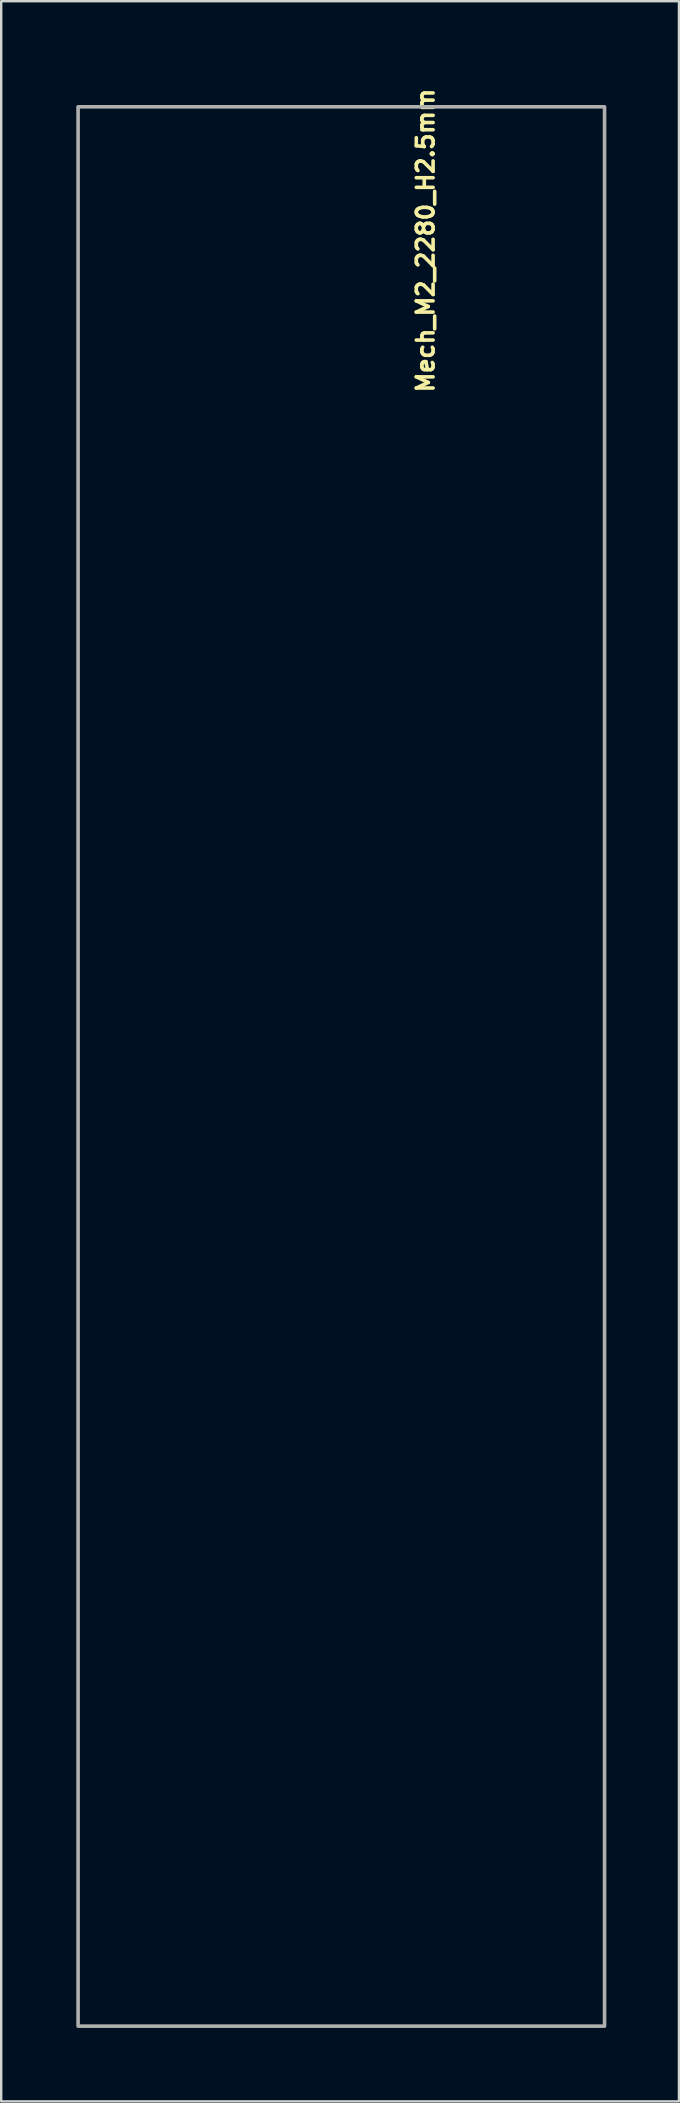
<source format=kicad_pcb>
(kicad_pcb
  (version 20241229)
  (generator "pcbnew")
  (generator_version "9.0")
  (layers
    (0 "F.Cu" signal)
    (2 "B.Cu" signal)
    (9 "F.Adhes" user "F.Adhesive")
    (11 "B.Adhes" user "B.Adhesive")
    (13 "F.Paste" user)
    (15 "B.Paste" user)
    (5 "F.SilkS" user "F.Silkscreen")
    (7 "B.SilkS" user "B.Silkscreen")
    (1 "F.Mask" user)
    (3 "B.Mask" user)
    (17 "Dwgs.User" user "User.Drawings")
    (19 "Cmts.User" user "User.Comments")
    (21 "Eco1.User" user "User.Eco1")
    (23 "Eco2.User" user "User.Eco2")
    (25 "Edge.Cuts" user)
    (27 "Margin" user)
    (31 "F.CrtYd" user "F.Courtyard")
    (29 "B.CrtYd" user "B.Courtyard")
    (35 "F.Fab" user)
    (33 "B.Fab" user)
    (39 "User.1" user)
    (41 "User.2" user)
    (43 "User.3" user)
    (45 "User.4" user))
  (footprint "Mech_M2_2280_H2.5mm"
    (layer "F.Cu")
    (at 11.127 1.35)
    (property "Reference" "Mech_M2_2280_H2.5mm" (at 3.97 -0.79 90) (layer "F.SilkS") (effects (font (size 0.7 0.7) (thickness 0.15)) (justify right bottom)))
    (attr exclude_from_pos_files exclude_from_bom dnp)
    (fp_line (start -11 0) (end 10.999 0) (stroke (width 0.2) (type solid)) (layer "Eco1.User"))
    (fp_line (start -11 80.001) (end -11 0) (stroke (width 0.2) (type solid)) (layer "Eco1.User"))
    (fp_line (start 10.999 0) (end 10.999 80.001) (stroke (width 0.2) (type solid)) (layer "Eco1.User"))
    (fp_line (start 10.999 80.001) (end -11 80.001) (stroke (width 0.2) (type solid)) (layer "Eco1.User"))
    (fp_circle (center 0 0) (end -1.25 0) (stroke (width 0.2) (type solid)) (fill no) (layer "Eco1.User"))
    (fp_rect (start 11.024 80.061) (end -10.922 0.051) (stroke (width 0.15) (type solid)) (fill no) (layer "F.Fab"))
    (fp_rect (start 11.076 80.15) (end -11.077 0) (stroke (width 0.1) (type solid)) (fill no) (layer "User.5"))
    (fp_rect (start 11.076 80.15) (end -11.077 0) (stroke (width 0.1) (type solid)) (fill no) (layer "User.5"))
    (fp_line (start -11.077 0) (end -1.9 0) (stroke (width 0.02) (type solid)) (layer "User.9"))
    (fp_line (start -11.077 6.296) (end -11.077 0) (stroke (width 0.02) (type solid)) (layer "User.9"))
    (fp_line (start -11.077 14.297) (end -10.705 13.781) (stroke (width 0.02) (type solid)) (layer "User.9"))
    (fp_line (start -11.077 67.087) (end -11.077 14.297) (stroke (width 0.02) (type solid)) (layer "User.9"))
    (fp_line (start -11.077 67.087) (end -10.705 67.531) (stroke (width 0.02) (type solid)) (layer "User.9"))
    (fp_line (start -11.077 74.41) (end -10.705 73.938) (stroke (width 0.02) (type solid)) (layer "User.9"))
    (fp_line (start -11.077 76.063) (end -11.077 74.41) (stroke (width 0.02) (type solid)) (layer "User.9"))
    (fp_line (start -11.077 76.063) (end -10.269 76.078) (stroke (width 0.02) (type solid)) (layer "User.9"))
    (fp_line (start -10.705 6.78) (end -11.077 6.296) (stroke (width 0.02) (type solid)) (layer "User.9"))
    (fp_line (start -10.705 13.781) (end -10.705 6.78) (stroke (width 0.02) (type solid)) (layer "User.9"))
    (fp_line (start -10.705 73.938) (end -10.705 67.531) (stroke (width 0.02) (type solid)) (layer "User.9"))
    (fp_line (start -10.276 29.629) (end -10.276 30.2) (stroke (width 0.02) (type solid)) (layer "User.9"))
    (fp_line (start -10.276 30.2) (end -9.632 30.2) (stroke (width 0.02) (type solid)) (layer "User.9"))
    (fp_line (start -10.269 76.078) (end -10.148 76.129) (stroke (width 0.02) (type solid)) (layer "User.9"))
    (fp_line (start -10.257 21.38) (end -10.257 21.931) (stroke (width 0.02) (type solid)) (layer "User.9"))
    (fp_line (start -10.257 21.931) (end -9.789 21.931) (stroke (width 0.02) (type solid)) (layer "User.9"))
    (fp_line (start -10.216 38.534) (end -9.741 38.534) (stroke (width 0.02) (type solid)) (layer "User.9"))
    (fp_line (start -10.216 38.963) (end -10.216 38.534) (stroke (width 0.02) (type solid)) (layer "User.9"))
    (fp_line (start -10.212 1.173) (end -10.224 1.273) (stroke (width 0.02) (type solid)) (layer "User.9"))
    (fp_line (start -10.212 23.658) (end -10.212 24.207) (stroke (width 0.02) (type solid)) (layer "User.9"))
    (fp_line (start -10.212 24.207) (end -9.744 24.207) (stroke (width 0.02) (type solid)) (layer "User.9"))
    (fp_line (start -10.186 1.112) (end -10.212 1.173) (stroke (width 0.02) (type solid)) (layer "User.9"))
    (fp_line (start -10.186 1.368) (end -10.224 1.274) (stroke (width 0.02) (type solid)) (layer "User.9"))
    (fp_line (start -10.183 36.656) (end -9.792 36.656) (stroke (width 0.02) (type solid)) (layer "User.9"))
    (fp_line (start -10.183 37.173) (end -10.183 36.656) (stroke (width 0.02) (type solid)) (layer "User.9"))
    (fp_line (start -10.148 76.129) (end -10.045 76.209) (stroke (width 0.02) (type solid)) (layer "User.9"))
    (fp_line (start -10.144 1.06) (end -10.186 1.112) (stroke (width 0.02) (type solid)) (layer "User.9"))
    (fp_line (start -10.144 1.06) (end -10.091 1.017) (stroke (width 0.02) (type solid)) (layer "User.9"))
    (fp_line (start -10.144 1.423) (end -10.186 1.368) (stroke (width 0.02) (type solid)) (layer "User.9"))
    (fp_line (start -10.093 74.435) (end -10.067 74.227) (stroke (width 0.02) (type solid)) (layer "User.9"))
    (fp_line (start -10.091 1.017) (end -10.029 0.992) (stroke (width 0.02) (type solid)) (layer "User.9"))
    (fp_line (start -10.091 1.463) (end -10.144 1.423) (stroke (width 0.02) (type solid)) (layer "User.9"))
    (fp_line (start -10.067 74.641) (end -10.093 74.435) (stroke (width 0.02) (type solid)) (layer "User.9"))
    (fp_line (start -10.045 76.209) (end -9.965 76.313) (stroke (width 0.02) (type solid)) (layer "User.9"))
    (fp_line (start -10.042 60.015) (end -10.042 60.676) (stroke (width 0.02) (type solid)) (layer "User.9"))
    (fp_line (start -10.042 60.015) (end -8.862 60.015) (stroke (width 0.02) (type solid)) (layer "User.9"))
    (fp_line (start -10.029 0.992) (end -9.962 0.983) (stroke (width 0.02) (type solid)) (layer "User.9"))
    (fp_line (start -10.029 1.489) (end -10.091 1.463) (stroke (width 0.02) (type solid)) (layer "User.9"))
    (fp_line (start -10.029 1.489) (end -9.962 1.499) (stroke (width 0.02) (type solid)) (layer "User.9"))
    (fp_line (start -10.013 34.887) (end -9.317 34.887) (stroke (width 0.02) (type solid)) (layer "User.9"))
    (fp_line (start -10.013 35.938) (end -10.013 34.887) (stroke (width 0.02) (type solid)) (layer "User.9"))
    (fp_line (start -9.987 74.035) (end -10.067 74.227) (stroke (width 0.02) (type solid)) (layer "User.9"))
    (fp_line (start -9.987 74.834) (end -10.067 74.641) (stroke (width 0.02) (type solid)) (layer "User.9"))
    (fp_line (start -9.971 68.231) (end -9.971 67.682) (stroke (width 0.02) (type solid)) (layer "User.9"))
    (fp_line (start -9.971 68.231) (end -9.503 68.231) (stroke (width 0.02) (type solid)) (layer "User.9"))
    (fp_line (start -9.965 76.313) (end -9.915 76.433) (stroke (width 0.02) (type solid)) (layer "User.9"))
    (fp_line (start -9.962 1.499) (end -9.897 1.489) (stroke (width 0.02) (type solid)) (layer "User.9"))
    (fp_line (start -9.952 9.967) (end -9.952 10.518) (stroke (width 0.02) (type solid)) (layer "User.9"))
    (fp_line (start -9.952 10.518) (end -9.484 10.518) (stroke (width 0.02) (type solid)) (layer "User.9"))
    (fp_line (start -9.915 76.433) (end -9.898 76.563) (stroke (width 0.02) (type solid)) (layer "User.9"))
    (fp_line (start -9.898 80.15) (end -9.898 76.563) (stroke (width 0.02) (type solid)) (layer "User.9"))
    (fp_line (start -9.897 0.992) (end -9.962 0.983) (stroke (width 0.02) (type solid)) (layer "User.9"))
    (fp_line (start -9.862 7.7) (end -9.862 8.249) (stroke (width 0.02) (type solid)) (layer "User.9"))
    (fp_line (start -9.862 8.249) (end -9.394 8.249) (stroke (width 0.02) (type solid)) (layer "User.9"))
    (fp_line (start -9.859 61.728) (end -9.859 62.197) (stroke (width 0.02) (type solid)) (layer "User.9"))
    (fp_line (start -9.859 61.728) (end -9.311 61.728) (stroke (width 0.02) (type solid)) (layer "User.9"))
    (fp_line (start -9.859 62.197) (end -9.311 62.197) (stroke (width 0.02) (type solid)) (layer "User.9"))
    (fp_line (start -9.859 73.87) (end -9.987 74.035) (stroke (width 0.02) (type solid)) (layer "User.9"))
    (fp_line (start -9.859 75.001) (end -9.987 74.834) (stroke (width 0.02) (type solid)) (layer "User.9"))
    (fp_line (start -9.859 75.001) (end -9.695 75.126) (stroke (width 0.02) (type solid)) (layer "User.9"))
    (fp_line (start -9.849 72.23) (end -9.849 70.453) (stroke (width 0.02) (type solid)) (layer "User.9"))
    (fp_line (start -9.849 72.23) (end -8.527 72.23) (stroke (width 0.02) (type solid)) (layer "User.9"))
    (fp_line (start -9.833 1.017) (end -9.897 0.992) (stroke (width 0.02) (type solid)) (layer "User.9"))
    (fp_line (start -9.833 1.463) (end -9.897 1.489) (stroke (width 0.02) (type solid)) (layer "User.9"))
    (fp_line (start -9.833 1.463) (end -9.779 1.423) (stroke (width 0.02) (type solid)) (layer "User.9"))
    (fp_line (start -9.792 36.656) (end -9.792 37.173) (stroke (width 0.02) (type solid)) (layer "User.9"))
    (fp_line (start -9.792 37.173) (end -10.183 37.173) (stroke (width 0.02) (type solid)) (layer "User.9"))
    (fp_line (start -9.789 21.38) (end -10.257 21.38) (stroke (width 0.02) (type solid)) (layer "User.9"))
    (fp_line (start -9.789 21.38) (end -9.789 21.931) (stroke (width 0.02) (type solid)) (layer "User.9"))
    (fp_line (start -9.779 1.06) (end -9.833 1.017) (stroke (width 0.02) (type solid)) (layer "User.9"))
    (fp_line (start -9.779 1.06) (end -9.74 1.112) (stroke (width 0.02) (type solid)) (layer "User.9"))
    (fp_line (start -9.744 23.658) (end -10.212 23.658) (stroke (width 0.02) (type solid)) (layer "User.9"))
    (fp_line (start -9.744 23.658) (end -9.744 24.207) (stroke (width 0.02) (type solid)) (layer "User.9"))
    (fp_line (start -9.741 38.534) (end -9.741 38.963) (stroke (width 0.02) (type solid)) (layer "User.9"))
    (fp_line (start -9.741 38.963) (end -10.216 38.963) (stroke (width 0.02) (type solid)) (layer "User.9"))
    (fp_line (start -9.74 1.112) (end -9.715 1.173) (stroke (width 0.02) (type solid)) (layer "User.9"))
    (fp_line (start -9.74 1.368) (end -9.779 1.423) (stroke (width 0.02) (type solid)) (layer "User.9"))
    (fp_line (start -9.715 1.173) (end -9.705 1.241) (stroke (width 0.02) (type solid)) (layer "User.9"))
    (fp_line (start -9.715 1.308) (end -9.74 1.368) (stroke (width 0.02) (type solid)) (layer "User.9"))
    (fp_line (start -9.715 1.308) (end -9.705 1.241) (stroke (width 0.02) (type solid)) (layer "User.9"))
    (fp_line (start -9.695 73.742) (end -9.859 73.87) (stroke (width 0.02) (type solid)) (layer "User.9"))
    (fp_line (start -9.695 75.126) (end -9.5 75.206) (stroke (width 0.02) (type solid)) (layer "User.9"))
    (fp_line (start -9.632 29.629) (end -10.276 29.629) (stroke (width 0.02) (type solid)) (layer "User.9"))
    (fp_line (start -9.632 30.2) (end -9.632 29.629) (stroke (width 0.02) (type solid)) (layer "User.9"))
    (fp_line (start -9.503 67.682) (end -9.971 67.682) (stroke (width 0.02) (type solid)) (layer "User.9"))
    (fp_line (start -9.503 68.231) (end -9.503 67.682) (stroke (width 0.02) (type solid)) (layer "User.9"))
    (fp_line (start -9.5 73.662) (end -9.695 73.742) (stroke (width 0.02) (type solid)) (layer "User.9"))
    (fp_line (start -9.5 73.662) (end -9.295 73.635) (stroke (width 0.02) (type solid)) (layer "User.9"))
    (fp_line (start -9.5 75.206) (end -9.295 75.233) (stroke (width 0.02) (type solid)) (layer "User.9"))
    (fp_line (start -9.484 9.967) (end -9.952 9.967) (stroke (width 0.02) (type solid)) (layer "User.9"))
    (fp_line (start -9.484 9.967) (end -9.484 10.518) (stroke (width 0.02) (type solid)) (layer "User.9"))
    (fp_line (start -9.463 40.706) (end -9.463 54.484) (stroke (width 0.02) (type solid)) (layer "User.9"))
    (fp_line (start -9.463 54.484) (end 0.934 54.484) (stroke (width 0.02) (type solid)) (layer "User.9"))
    (fp_line (start -9.394 7.7) (end -9.862 7.7) (stroke (width 0.02) (type solid)) (layer "User.9"))
    (fp_line (start -9.394 7.7) (end -9.394 8.249) (stroke (width 0.02) (type solid)) (layer "User.9"))
    (fp_line (start -9.33 39.005) (end -9.33 37.005) (stroke (width 0.02) (type solid)) (layer "User.9"))
    (fp_line (start -9.317 34.887) (end -9.317 35.938) (stroke (width 0.02) (type solid)) (layer "User.9"))
    (fp_line (start -9.317 35.938) (end -10.013 35.938) (stroke (width 0.02) (type solid)) (layer "User.9"))
    (fp_line (start -9.311 61.728) (end -9.311 62.197) (stroke (width 0.02) (type solid)) (layer "User.9"))
    (fp_line (start -9.295 75.233) (end -9.087 75.206) (stroke (width 0.02) (type solid)) (layer "User.9"))
    (fp_line (start -9.221 1.241) (end -9.212 1.173) (stroke (width 0.02) (type solid)) (layer "User.9"))
    (fp_line (start -9.221 1.241) (end -9.212 1.308) (stroke (width 0.02) (type solid)) (layer "User.9"))
    (fp_line (start -9.212 1.173) (end -9.186 1.112) (stroke (width 0.02) (type solid)) (layer "User.9"))
    (fp_line (start -9.212 1.308) (end -9.186 1.368) (stroke (width 0.02) (type solid)) (layer "User.9"))
    (fp_line (start -9.186 1.368) (end -9.144 1.423) (stroke (width 0.02) (type solid)) (layer "User.9"))
    (fp_line (start -9.144 1.06) (end -9.186 1.112) (stroke (width 0.02) (type solid)) (layer "User.9"))
    (fp_line (start -9.144 1.423) (end -9.09 1.463) (stroke (width 0.02) (type solid)) (layer "User.9"))
    (fp_line (start -9.1 4.184) (end -9.1 18.385) (stroke (width 0.02) (type solid)) (layer "User.9"))
    (fp_line (start -9.1 18.385) (end 9.102 18.385) (stroke (width 0.02) (type solid)) (layer "User.9"))
    (fp_line (start -9.1 19.585) (end -9.1 33.783) (stroke (width 0.02) (type solid)) (layer "User.9"))
    (fp_line (start -9.1 33.783) (end 9.102 33.783) (stroke (width 0.02) (type solid)) (layer "User.9"))
    (fp_line (start -9.09 1.017) (end -9.144 1.06) (stroke (width 0.02) (type solid)) (layer "User.9"))
    (fp_line (start -9.09 1.463) (end -9.029 1.489) (stroke (width 0.02) (type solid)) (layer "User.9"))
    (fp_line (start -9.087 73.662) (end -9.295 73.635) (stroke (width 0.02) (type solid)) (layer "User.9"))
    (fp_line (start -9.087 75.206) (end -8.894 75.126) (stroke (width 0.02) (type solid)) (layer "User.9"))
    (fp_line (start -9.029 0.992) (end -9.09 1.017) (stroke (width 0.02) (type solid)) (layer "User.9"))
    (fp_line (start -9.029 0.992) (end -8.962 0.983) (stroke (width 0.02) (type solid)) (layer "User.9"))
    (fp_line (start -9.029 1.489) (end -8.962 1.499) (stroke (width 0.02) (type solid)) (layer "User.9"))
    (fp_line (start -8.962 1.499) (end -8.897 1.489) (stroke (width 0.02) (type solid)) (layer "User.9"))
    (fp_line (start -8.897 0.992) (end -8.962 0.983) (stroke (width 0.02) (type solid)) (layer "User.9"))
    (fp_line (start -8.897 0.992) (end -8.834 1.017) (stroke (width 0.02) (type solid)) (layer "User.9"))
    (fp_line (start -8.897 1.489) (end -8.834 1.463) (stroke (width 0.02) (type solid)) (layer "User.9"))
    (fp_line (start -8.894 73.742) (end -9.088 73.662) (stroke (width 0.02) (type solid)) (layer "User.9"))
    (fp_line (start -8.894 75.126) (end -8.729 75.001) (stroke (width 0.02) (type solid)) (layer "User.9"))
    (fp_line (start -8.862 60.676) (end -10.042 60.676) (stroke (width 0.02) (type solid)) (layer "User.9"))
    (fp_line (start -8.862 60.676) (end -8.862 60.015) (stroke (width 0.02) (type solid)) (layer "User.9"))
    (fp_line (start -8.834 1.017) (end -8.779 1.06) (stroke (width 0.02) (type solid)) (layer "User.9"))
    (fp_line (start -8.834 1.463) (end -8.779 1.423) (stroke (width 0.02) (type solid)) (layer "User.9"))
    (fp_line (start -8.779 1.423) (end -8.74 1.368) (stroke (width 0.02) (type solid)) (layer "User.9"))
    (fp_line (start -8.74 1.112) (end -8.779 1.06) (stroke (width 0.02) (type solid)) (layer "User.9"))
    (fp_line (start -8.729 73.87) (end -8.894 73.742) (stroke (width 0.02) (type solid)) (layer "User.9"))
    (fp_line (start -8.715 1.173) (end -8.74 1.112) (stroke (width 0.02) (type solid)) (layer "User.9"))
    (fp_line (start -8.715 1.308) (end -8.74 1.368) (stroke (width 0.02) (type solid)) (layer "User.9"))
    (fp_line (start -8.715 1.308) (end -8.705 1.241) (stroke (width 0.02) (type solid)) (layer "User.9"))
    (fp_line (start -8.705 1.241) (end -8.715 1.173) (stroke (width 0.02) (type solid)) (layer "User.9"))
    (fp_line (start -8.702 64.7) (end -8.702 65.167) (stroke (width 0.02) (type solid)) (layer "User.9"))
    (fp_line (start -8.702 64.7) (end -8.151 64.7) (stroke (width 0.02) (type solid)) (layer "User.9"))
    (fp_line (start -8.702 65.167) (end -8.151 65.167) (stroke (width 0.02) (type solid)) (layer "User.9"))
    (fp_line (start -8.603 74.035) (end -8.729 73.87) (stroke (width 0.02) (type solid)) (layer "User.9"))
    (fp_line (start -8.603 74.834) (end -8.729 75.001) (stroke (width 0.02) (type solid)) (layer "User.9"))
    (fp_line (start -8.603 74.834) (end -8.523 74.641) (stroke (width 0.02) (type solid)) (layer "User.9"))
    (fp_line (start -8.527 70.453) (end -9.849 70.453) (stroke (width 0.02) (type solid)) (layer "User.9"))
    (fp_line (start -8.527 70.453) (end -8.527 72.23) (stroke (width 0.02) (type solid)) (layer "User.9"))
    (fp_line (start -8.523 74.227) (end -8.603 74.035) (stroke (width 0.02) (type solid)) (layer "User.9"))
    (fp_line (start -8.523 74.641) (end -8.494 74.435) (stroke (width 0.02) (type solid)) (layer "User.9"))
    (fp_line (start -8.494 74.435) (end -8.523 74.227) (stroke (width 0.02) (type solid)) (layer "User.9"))
    (fp_line (start -8.266 35.228) (end -7.749 35.228) (stroke (width 0.02) (type solid)) (layer "User.9"))
    (fp_line (start -8.266 35.616) (end -8.266 35.228) (stroke (width 0.02) (type solid)) (layer "User.9"))
    (fp_line (start -8.221 1.241) (end -8.212 1.308) (stroke (width 0.02) (type solid)) (layer "User.9"))
    (fp_line (start -8.221 2.341) (end -8.212 2.273) (stroke (width 0.02) (type solid)) (layer "User.9"))
    (fp_line (start -8.212 1.173) (end -8.221 1.241) (stroke (width 0.02) (type solid)) (layer "User.9"))
    (fp_line (start -8.212 1.173) (end -8.186 1.112) (stroke (width 0.02) (type solid)) (layer "User.9"))
    (fp_line (start -8.212 1.308) (end -8.186 1.368) (stroke (width 0.02) (type solid)) (layer "User.9"))
    (fp_line (start -8.212 2.273) (end -8.186 2.213) (stroke (width 0.02) (type solid)) (layer "User.9"))
    (fp_line (start -8.212 2.407) (end -8.221 2.341) (stroke (width 0.02) (type solid)) (layer "User.9"))
    (fp_line (start -8.186 1.368) (end -8.144 1.423) (stroke (width 0.02) (type solid)) (layer "User.9"))
    (fp_line (start -8.186 2.468) (end -8.212 2.407) (stroke (width 0.02) (type solid)) (layer "User.9"))
    (fp_line (start -8.151 65.167) (end -8.151 64.7) (stroke (width 0.02) (type solid)) (layer "User.9"))
    (fp_line (start -8.144 1.06) (end -8.186 1.112) (stroke (width 0.02) (type solid)) (layer "User.9"))
    (fp_line (start -8.144 1.423) (end -8.09 1.463) (stroke (width 0.02) (type solid)) (layer "User.9"))
    (fp_line (start -8.144 2.158) (end -8.186 2.213) (stroke (width 0.02) (type solid)) (layer "User.9"))
    (fp_line (start -8.144 2.523) (end -8.186 2.468) (stroke (width 0.02) (type solid)) (layer "User.9"))
    (fp_line (start -8.144 2.523) (end -8.09 2.564) (stroke (width 0.02) (type solid)) (layer "User.9"))
    (fp_line (start -8.09 1.017) (end -8.144 1.06) (stroke (width 0.02) (type solid)) (layer "User.9"))
    (fp_line (start -8.09 1.463) (end -8.029 1.489) (stroke (width 0.02) (type solid)) (layer "User.9"))
    (fp_line (start -8.09 2.119) (end -8.144 2.158) (stroke (width 0.02) (type solid)) (layer "User.9"))
    (fp_line (start -8.09 2.564) (end -8.029 2.588) (stroke (width 0.02) (type solid)) (layer "User.9"))
    (fp_line (start -8.029 0.992) (end -8.09 1.017) (stroke (width 0.02) (type solid)) (layer "User.9"))
    (fp_line (start -8.029 1.489) (end -7.962 1.499) (stroke (width 0.02) (type solid)) (layer "User.9"))
    (fp_line (start -8.029 2.092) (end -8.09 2.119) (stroke (width 0.02) (type solid)) (layer "User.9"))
    (fp_line (start -8.029 2.588) (end -7.962 2.597) (stroke (width 0.02) (type solid)) (layer "User.9"))
    (fp_line (start -7.962 0.983) (end -8.029 0.992) (stroke (width 0.02) (type solid)) (layer "User.9"))
    (fp_line (start -7.962 1.499) (end -7.895 1.489) (stroke (width 0.02) (type solid)) (layer "User.9"))
    (fp_line (start -7.962 2.084) (end -8.029 2.092) (stroke (width 0.02) (type solid)) (layer "User.9"))
    (fp_line (start -7.962 2.597) (end -7.895 2.588) (stroke (width 0.02) (type solid)) (layer "User.9"))
    (fp_line (start -7.895 0.992) (end -7.962 0.983) (stroke (width 0.02) (type solid)) (layer "User.9"))
    (fp_line (start -7.895 0.992) (end -7.834 1.017) (stroke (width 0.02) (type solid)) (layer "User.9"))
    (fp_line (start -7.895 1.489) (end -7.834 1.463) (stroke (width 0.02) (type solid)) (layer "User.9"))
    (fp_line (start -7.895 2.092) (end -7.962 2.084) (stroke (width 0.02) (type solid)) (layer "User.9"))
    (fp_line (start -7.895 2.588) (end -7.834 2.564) (stroke (width 0.02) (type solid)) (layer "User.9"))
    (fp_line (start -7.834 1.017) (end -7.781 1.06) (stroke (width 0.02) (type solid)) (layer "User.9"))
    (fp_line (start -7.834 1.463) (end -7.781 1.423) (stroke (width 0.02) (type solid)) (layer "User.9"))
    (fp_line (start -7.834 2.119) (end -7.895 2.092) (stroke (width 0.02) (type solid)) (layer "User.9"))
    (fp_line (start -7.834 2.119) (end -7.781 2.158) (stroke (width 0.02) (type solid)) (layer "User.9"))
    (fp_line (start -7.834 2.564) (end -7.781 2.523) (stroke (width 0.02) (type solid)) (layer "User.9"))
    (fp_line (start -7.781 1.06) (end -7.739 1.112) (stroke (width 0.02) (type solid)) (layer "User.9"))
    (fp_line (start -7.781 1.423) (end -7.739 1.368) (stroke (width 0.02) (type solid)) (layer "User.9"))
    (fp_line (start -7.781 2.523) (end -7.739 2.468) (stroke (width 0.02) (type solid)) (layer "User.9"))
    (fp_line (start -7.749 35.228) (end -7.749 35.616) (stroke (width 0.02) (type solid)) (layer "User.9"))
    (fp_line (start -7.749 35.616) (end -8.266 35.616) (stroke (width 0.02) (type solid)) (layer "User.9"))
    (fp_line (start -7.739 1.368) (end -7.715 1.308) (stroke (width 0.02) (type solid)) (layer "User.9"))
    (fp_line (start -7.739 2.213) (end -7.781 2.158) (stroke (width 0.02) (type solid)) (layer "User.9"))
    (fp_line (start -7.715 1.173) (end -7.739 1.112) (stroke (width 0.02) (type solid)) (layer "User.9"))
    (fp_line (start -7.715 1.308) (end -7.704 1.241) (stroke (width 0.02) (type solid)) (layer "User.9"))
    (fp_line (start -7.715 2.273) (end -7.739 2.213) (stroke (width 0.02) (type solid)) (layer "User.9"))
    (fp_line (start -7.715 2.407) (end -7.739 2.468) (stroke (width 0.02) (type solid)) (layer "User.9"))
    (fp_line (start -7.715 2.407) (end -7.704 2.341) (stroke (width 0.02) (type solid)) (layer "User.9"))
    (fp_line (start -7.704 1.241) (end -7.715 1.173) (stroke (width 0.02) (type solid)) (layer "User.9"))
    (fp_line (start -7.704 2.341) (end -7.715 2.273) (stroke (width 0.02) (type solid)) (layer "User.9"))
    (fp_line (start -7.22 1.241) (end -7.212 1.173) (stroke (width 0.02) (type solid)) (layer "User.9"))
    (fp_line (start -7.22 1.241) (end -7.212 1.308) (stroke (width 0.02) (type solid)) (layer "User.9"))
    (fp_line (start -7.22 2.341) (end -7.212 2.407) (stroke (width 0.02) (type solid)) (layer "User.9"))
    (fp_line (start -7.212 1.173) (end -7.185 1.112) (stroke (width 0.02) (type solid)) (layer "User.9"))
    (fp_line (start -7.212 1.308) (end -7.185 1.368) (stroke (width 0.02) (type solid)) (layer "User.9"))
    (fp_line (start -7.212 2.273) (end -7.22 2.341) (stroke (width 0.02) (type solid)) (layer "User.9"))
    (fp_line (start -7.212 2.273) (end -7.185 2.213) (stroke (width 0.02) (type solid)) (layer "User.9"))
    (fp_line (start -7.212 2.407) (end -7.185 2.468) (stroke (width 0.02) (type solid)) (layer "User.9"))
    (fp_line (start -7.185 1.368) (end -7.145 1.423) (stroke (width 0.02) (type solid)) (layer "User.9"))
    (fp_line (start -7.185 2.213) (end -7.145 2.158) (stroke (width 0.02) (type solid)) (layer "User.9"))
    (fp_line (start -7.185 2.468) (end -7.145 2.523) (stroke (width 0.02) (type solid)) (layer "User.9"))
    (fp_line (start -7.175 72.42) (end -7.175 56.67) (stroke (width 0.02) (type solid)) (layer "User.9"))
    (fp_line (start -7.145 1.06) (end -7.185 1.112) (stroke (width 0.02) (type solid)) (layer "User.9"))
    (fp_line (start -7.145 1.423) (end -7.092 1.463) (stroke (width 0.02) (type solid)) (layer "User.9"))
    (fp_line (start -7.145 2.158) (end -7.092 2.119) (stroke (width 0.02) (type solid)) (layer "User.9"))
    (fp_line (start -7.145 2.523) (end -7.092 2.564) (stroke (width 0.02) (type solid)) (layer "User.9"))
    (fp_line (start -7.092 1.017) (end -7.145 1.06) (stroke (width 0.02) (type solid)) (layer "User.9"))
    (fp_line (start -7.092 1.463) (end -7.028 1.489) (stroke (width 0.02) (type solid)) (layer "User.9"))
    (fp_line (start -7.092 2.564) (end -7.028 2.588) (stroke (width 0.02) (type solid)) (layer "User.9"))
    (fp_line (start -7.028 0.992) (end -7.092 1.017) (stroke (width 0.02) (type solid)) (layer "User.9"))
    (fp_line (start -7.028 1.489) (end -6.962 1.499) (stroke (width 0.02) (type solid)) (layer "User.9"))
    (fp_line (start -7.028 2.092) (end -7.092 2.119) (stroke (width 0.02) (type solid)) (layer "User.9"))
    (fp_line (start -7.028 2.588) (end -6.962 2.597) (stroke (width 0.02) (type solid)) (layer "User.9"))
    (fp_line (start -6.962 0.983) (end -7.028 0.992) (stroke (width 0.02) (type solid)) (layer "User.9"))
    (fp_line (start -6.962 1.499) (end -6.895 1.489) (stroke (width 0.02) (type solid)) (layer "User.9"))
    (fp_line (start -6.962 2.084) (end -7.028 2.092) (stroke (width 0.02) (type solid)) (layer "User.9"))
    (fp_line (start -6.962 2.597) (end -6.895 2.588) (stroke (width 0.02) (type solid)) (layer "User.9"))
    (fp_line (start -6.895 0.992) (end -6.962 0.983) (stroke (width 0.02) (type solid)) (layer "User.9"))
    (fp_line (start -6.895 1.489) (end -6.834 1.463) (stroke (width 0.02) (type solid)) (layer "User.9"))
    (fp_line (start -6.895 2.092) (end -6.962 2.084) (stroke (width 0.02) (type solid)) (layer "User.9"))
    (fp_line (start -6.895 2.588) (end -6.834 2.564) (stroke (width 0.02) (type solid)) (layer "User.9"))
    (fp_line (start -6.834 1.017) (end -6.895 0.992) (stroke (width 0.02) (type solid)) (layer "User.9"))
    (fp_line (start -6.834 1.017) (end -6.781 1.06) (stroke (width 0.02) (type solid)) (layer "User.9"))
    (fp_line (start -6.834 1.463) (end -6.781 1.423) (stroke (width 0.02) (type solid)) (layer "User.9"))
    (fp_line (start -6.834 2.119) (end -6.895 2.092) (stroke (width 0.02) (type solid)) (layer "User.9"))
    (fp_line (start -6.834 2.119) (end -6.781 2.158) (stroke (width 0.02) (type solid)) (layer "User.9"))
    (fp_line (start -6.834 2.564) (end -6.781 2.523) (stroke (width 0.02) (type solid)) (layer "User.9"))
    (fp_line (start -6.829 80.15) (end -9.898 80.15) (stroke (width 0.02) (type solid)) (layer "User.9"))
    (fp_line (start -6.805 77.087) (end -6.829 80.15) (stroke (width 0.02) (type solid)) (layer "User.9"))
    (fp_line (start -6.805 77.087) (end -6.736 76.918) (stroke (width 0.02) (type solid)) (layer "User.9"))
    (fp_line (start -6.781 1.06) (end -6.739 1.112) (stroke (width 0.02) (type solid)) (layer "User.9"))
    (fp_line (start -6.781 2.158) (end -6.739 2.213) (stroke (width 0.02) (type solid)) (layer "User.9"))
    (fp_line (start -6.781 2.523) (end -6.739 2.468) (stroke (width 0.02) (type solid)) (layer "User.9"))
    (fp_line (start -6.739 1.368) (end -6.781 1.423) (stroke (width 0.02) (type solid)) (layer "User.9"))
    (fp_line (start -6.739 2.468) (end -6.715 2.407) (stroke (width 0.02) (type solid)) (layer "User.9"))
    (fp_line (start -6.736 76.918) (end -6.624 76.772) (stroke (width 0.02) (type solid)) (layer "User.9"))
    (fp_line (start -6.715 1.173) (end -6.739 1.112) (stroke (width 0.02) (type solid)) (layer "User.9"))
    (fp_line (start -6.715 1.308) (end -6.739 1.368) (stroke (width 0.02) (type solid)) (layer "User.9"))
    (fp_line (start -6.715 1.308) (end -6.704 1.241) (stroke (width 0.02) (type solid)) (layer "User.9"))
    (fp_line (start -6.715 2.273) (end -6.739 2.213) (stroke (width 0.02) (type solid)) (layer "User.9"))
    (fp_line (start -6.715 2.407) (end -6.704 2.341) (stroke (width 0.02) (type solid)) (layer "User.9"))
    (fp_line (start -6.704 1.241) (end -6.715 1.173) (stroke (width 0.02) (type solid)) (layer "User.9"))
    (fp_line (start -6.704 2.341) (end -6.715 2.273) (stroke (width 0.02) (type solid)) (layer "User.9"))
    (fp_line (start -6.629 37.005) (end -9.33 37.005) (stroke (width 0.02) (type solid)) (layer "User.9"))
    (fp_line (start -6.629 37.005) (end -6.629 39.005) (stroke (width 0.02) (type solid)) (layer "User.9"))
    (fp_line (start -6.629 39.005) (end -9.33 39.005) (stroke (width 0.02) (type solid)) (layer "User.9"))
    (fp_line (start -6.624 76.772) (end -6.478 76.662) (stroke (width 0.02) (type solid)) (layer "User.9"))
    (fp_line (start -6.576 75.376) (end -6.576 75.843) (stroke (width 0.02) (type solid)) (layer "User.9"))
    (fp_line (start -6.576 75.376) (end -6.026 75.376) (stroke (width 0.02) (type solid)) (layer "User.9"))
    (fp_line (start -6.576 75.843) (end -6.026 75.843) (stroke (width 0.02) (type solid)) (layer "User.9"))
    (fp_line (start -6.563 16.3) (end -6.563 71.981) (stroke (width 0.02) (type solid)) (layer "User.9"))
    (fp_line (start -6.563 71.981) (end 8.137 71.981) (stroke (width 0.02) (type solid)) (layer "User.9"))
    (fp_line (start -6.478 76.662) (end -6.31 76.593) (stroke (width 0.02) (type solid)) (layer "User.9"))
    (fp_line (start -6.22 1.241) (end -6.212 1.173) (stroke (width 0.02) (type solid)) (layer "User.9"))
    (fp_line (start -6.22 1.241) (end -6.212 1.308) (stroke (width 0.02) (type solid)) (layer "User.9"))
    (fp_line (start -6.22 2.341) (end -6.212 2.273) (stroke (width 0.02) (type solid)) (layer "User.9"))
    (fp_line (start -6.22 2.341) (end -6.212 2.407) (stroke (width 0.02) (type solid)) (layer "User.9"))
    (fp_line (start -6.212 1.173) (end -6.185 1.112) (stroke (width 0.02) (type solid)) (layer "User.9"))
    (fp_line (start -6.212 1.308) (end -6.185 1.368) (stroke (width 0.02) (type solid)) (layer "User.9"))
    (fp_line (start -6.212 2.273) (end -6.185 2.213) (stroke (width 0.02) (type solid)) (layer "User.9"))
    (fp_line (start -6.212 2.407) (end -6.185 2.468) (stroke (width 0.02) (type solid)) (layer "User.9"))
    (fp_line (start -6.185 1.368) (end -6.145 1.423) (stroke (width 0.02) (type solid)) (layer "User.9"))
    (fp_line (start -6.185 2.468) (end -6.145 2.523) (stroke (width 0.02) (type solid)) (layer "User.9"))
    (fp_line (start -6.145 1.06) (end -6.185 1.112) (stroke (width 0.02) (type solid)) (layer "User.9"))
    (fp_line (start -6.145 1.423) (end -6.092 1.463) (stroke (width 0.02) (type solid)) (layer "User.9"))
    (fp_line (start -6.145 2.158) (end -6.185 2.213) (stroke (width 0.02) (type solid)) (layer "User.9"))
    (fp_line (start -6.145 2.523) (end -6.092 2.564) (stroke (width 0.02) (type solid)) (layer "User.9"))
    (fp_line (start -6.129 76.569) (end -6.31 76.593) (stroke (width 0.02) (type solid)) (layer "User.9"))
    (fp_line (start -6.129 76.569) (end -5.951 76.593) (stroke (width 0.02) (type solid)) (layer "User.9"))
    (fp_line (start -6.092 1.017) (end -6.145 1.06) (stroke (width 0.02) (type solid)) (layer "User.9"))
    (fp_line (start -6.092 1.463) (end -6.028 1.489) (stroke (width 0.02) (type solid)) (layer "User.9"))
    (fp_line (start -6.092 2.119) (end -6.145 2.158) (stroke (width 0.02) (type solid)) (layer "User.9"))
    (fp_line (start -6.092 2.564) (end -6.028 2.588) (stroke (width 0.02) (type solid)) (layer "User.9"))
    (fp_line (start -6.066 74.529) (end -6.066 73.98) (stroke (width 0.02) (type solid)) (layer "User.9"))
    (fp_line (start -6.066 74.529) (end -5.598 74.529) (stroke (width 0.02) (type solid)) (layer "User.9"))
    (fp_line (start -6.028 0.992) (end -6.092 1.017) (stroke (width 0.02) (type solid)) (layer "User.9"))
    (fp_line (start -6.028 1.489) (end -5.962 1.499) (stroke (width 0.02) (type solid)) (layer "User.9"))
    (fp_line (start -6.028 2.092) (end -6.092 2.119) (stroke (width 0.02) (type solid)) (layer "User.9"))
    (fp_line (start -6.028 2.588) (end -5.962 2.597) (stroke (width 0.02) (type solid)) (layer "User.9"))
    (fp_line (start -6.026 75.376) (end -6.026 75.843) (stroke (width 0.02) (type solid)) (layer "User.9"))
    (fp_line (start -5.962 0.983) (end -6.028 0.992) (stroke (width 0.02) (type solid)) (layer "User.9"))
    (fp_line (start -5.962 1.499) (end -5.895 1.489) (stroke (width 0.02) (type solid)) (layer "User.9"))
    (fp_line (start -5.962 2.084) (end -6.028 2.092) (stroke (width 0.02) (type solid)) (layer "User.9"))
    (fp_line (start -5.962 2.597) (end -5.895 2.588) (stroke (width 0.02) (type solid)) (layer "User.9"))
    (fp_line (start -5.951 76.59) (end -5.778 76.662) (stroke (width 0.02) (type solid)) (layer "User.9"))
    (fp_line (start -5.895 0.992) (end -5.962 0.983) (stroke (width 0.02) (type solid)) (layer "User.9"))
    (fp_line (start -5.895 0.992) (end -5.834 1.017) (stroke (width 0.02) (type solid)) (layer "User.9"))
    (fp_line (start -5.895 1.489) (end -5.834 1.463) (stroke (width 0.02) (type solid)) (layer "User.9"))
    (fp_line (start -5.895 2.092) (end -5.962 2.084) (stroke (width 0.02) (type solid)) (layer "User.9"))
    (fp_line (start -5.895 2.092) (end -5.834 2.119) (stroke (width 0.02) (type solid)) (layer "User.9"))
    (fp_line (start -5.895 2.588) (end -5.834 2.564) (stroke (width 0.02) (type solid)) (layer "User.9"))
    (fp_line (start -5.834 1.017) (end -5.781 1.06) (stroke (width 0.02) (type solid)) (layer "User.9"))
    (fp_line (start -5.834 1.463) (end -5.781 1.423) (stroke (width 0.02) (type solid)) (layer "User.9"))
    (fp_line (start -5.781 1.06) (end -5.739 1.112) (stroke (width 0.02) (type solid)) (layer "User.9"))
    (fp_line (start -5.781 2.158) (end -5.834 2.119) (stroke (width 0.02) (type solid)) (layer "User.9"))
    (fp_line (start -5.781 2.523) (end -5.834 2.564) (stroke (width 0.02) (type solid)) (layer "User.9"))
    (fp_line (start -5.739 1.368) (end -5.781 1.423) (stroke (width 0.02) (type solid)) (layer "User.9"))
    (fp_line (start -5.739 2.213) (end -5.781 2.158) (stroke (width 0.02) (type solid)) (layer "User.9"))
    (fp_line (start -5.739 2.468) (end -5.781 2.523) (stroke (width 0.02) (type solid)) (layer "User.9"))
    (fp_line (start -5.715 1.173) (end -5.739 1.112) (stroke (width 0.02) (type solid)) (layer "User.9"))
    (fp_line (start -5.715 1.308) (end -5.739 1.368) (stroke (width 0.02) (type solid)) (layer "User.9"))
    (fp_line (start -5.715 1.308) (end -5.704 1.241) (stroke (width 0.02) (type solid)) (layer "User.9"))
    (fp_line (start -5.715 2.273) (end -5.739 2.213) (stroke (width 0.02) (type solid)) (layer "User.9"))
    (fp_line (start -5.715 2.273) (end -5.704 2.341) (stroke (width 0.02) (type solid)) (layer "User.9"))
    (fp_line (start -5.715 2.407) (end -5.739 2.468) (stroke (width 0.02) (type solid)) (layer "User.9"))
    (fp_line (start -5.715 2.407) (end -5.704 2.341) (stroke (width 0.02) (type solid)) (layer "User.9"))
    (fp_line (start -5.704 1.241) (end -5.715 1.173) (stroke (width 0.02) (type solid)) (layer "User.9"))
    (fp_line (start -5.635 76.772) (end -5.778 76.662) (stroke (width 0.02) (type solid)) (layer "User.9"))
    (fp_line (start -5.598 73.98) (end -6.066 73.98) (stroke (width 0.02) (type solid)) (layer "User.9"))
    (fp_line (start -5.598 74.529) (end -5.598 73.98) (stroke (width 0.02) (type solid)) (layer "User.9"))
    (fp_line (start -5.523 76.918) (end -5.635 76.772) (stroke (width 0.02) (type solid)) (layer "User.9"))
    (fp_line (start -5.454 77.087) (end -5.523 76.918) (stroke (width 0.02) (type solid)) (layer "User.9"))
    (fp_line (start -5.43 77.267) (end -5.454 77.087) (stroke (width 0.02) (type solid)) (layer "User.9"))
    (fp_line (start -5.43 80.15) (end -5.43 77.267) (stroke (width 0.02) (type solid)) (layer "User.9"))
    (fp_line (start -5.22 1.241) (end -5.212 1.308) (stroke (width 0.02) (type solid)) (layer "User.9"))
    (fp_line (start -5.22 2.341) (end -5.212 2.407) (stroke (width 0.02) (type solid)) (layer "User.9"))
    (fp_line (start -5.212 1.173) (end -5.22 1.241) (stroke (width 0.02) (type solid)) (layer "User.9"))
    (fp_line (start -5.212 1.173) (end -5.185 1.112) (stroke (width 0.02) (type solid)) (layer "User.9"))
    (fp_line (start -5.212 1.308) (end -5.185 1.368) (stroke (width 0.02) (type solid)) (layer "User.9"))
    (fp_line (start -5.212 2.273) (end -5.22 2.341) (stroke (width 0.02) (type solid)) (layer "User.9"))
    (fp_line (start -5.212 2.407) (end -5.185 2.468) (stroke (width 0.02) (type solid)) (layer "User.9"))
    (fp_line (start -5.185 1.368) (end -5.145 1.423) (stroke (width 0.02) (type solid)) (layer "User.9"))
    (fp_line (start -5.185 2.213) (end -5.212 2.273) (stroke (width 0.02) (type solid)) (layer "User.9"))
    (fp_line (start -5.185 2.468) (end -5.145 2.523) (stroke (width 0.02) (type solid)) (layer "User.9"))
    (fp_line (start -5.145 1.06) (end -5.185 1.112) (stroke (width 0.02) (type solid)) (layer "User.9"))
    (fp_line (start -5.145 1.423) (end -5.092 1.463) (stroke (width 0.02) (type solid)) (layer "User.9"))
    (fp_line (start -5.145 2.158) (end -5.185 2.213) (stroke (width 0.02) (type solid)) (layer "User.9"))
    (fp_line (start -5.145 2.523) (end -5.092 2.564) (stroke (width 0.02) (type solid)) (layer "User.9"))
    (fp_line (start -5.092 1.017) (end -5.145 1.06) (stroke (width 0.02) (type solid)) (layer "User.9"))
    (fp_line (start -5.092 1.463) (end -5.028 1.489) (stroke (width 0.02) (type solid)) (layer "User.9"))
    (fp_line (start -5.092 2.119) (end -5.145 2.158) (stroke (width 0.02) (type solid)) (layer "User.9"))
    (fp_line (start -5.092 2.564) (end -5.028 2.588) (stroke (width 0.02) (type solid)) (layer "User.9"))
    (fp_line (start -5.028 0.992) (end -5.092 1.017) (stroke (width 0.02) (type solid)) (layer "User.9"))
    (fp_line (start -5.028 1.489) (end -4.962 1.499) (stroke (width 0.02) (type solid)) (layer "User.9"))
    (fp_line (start -5.028 2.092) (end -5.092 2.119) (stroke (width 0.02) (type solid)) (layer "User.9"))
    (fp_line (start -5.028 2.588) (end -4.962 2.597) (stroke (width 0.02) (type solid)) (layer "User.9"))
    (fp_line (start -4.962 0.983) (end -5.028 0.992) (stroke (width 0.02) (type solid)) (layer "User.9"))
    (fp_line (start -4.962 1.499) (end -4.895 1.489) (stroke (width 0.02) (type solid)) (layer "User.9"))
    (fp_line (start -4.962 2.084) (end -5.028 2.092) (stroke (width 0.02) (type solid)) (layer "User.9"))
    (fp_line (start -4.962 2.597) (end -4.895 2.588) (stroke (width 0.02) (type solid)) (layer "User.9"))
    (fp_line (start -4.895 0.992) (end -4.962 0.983) (stroke (width 0.02) (type solid)) (layer "User.9"))
    (fp_line (start -4.895 0.992) (end -4.834 1.017) (stroke (width 0.02) (type solid)) (layer "User.9"))
    (fp_line (start -4.895 1.489) (end -4.834 1.463) (stroke (width 0.02) (type solid)) (layer "User.9"))
    (fp_line (start -4.895 2.092) (end -4.962 2.084) (stroke (width 0.02) (type solid)) (layer "User.9"))
    (fp_line (start -4.895 2.588) (end -4.834 2.564) (stroke (width 0.02) (type solid)) (layer "User.9"))
    (fp_line (start -4.834 1.017) (end -4.781 1.06) (stroke (width 0.02) (type solid)) (layer "User.9"))
    (fp_line (start -4.834 1.463) (end -4.781 1.423) (stroke (width 0.02) (type solid)) (layer "User.9"))
    (fp_line (start -4.834 2.119) (end -4.895 2.092) (stroke (width 0.02) (type solid)) (layer "User.9"))
    (fp_line (start -4.834 2.564) (end -4.781 2.523) (stroke (width 0.02) (type solid)) (layer "User.9"))
    (fp_line (start -4.781 1.06) (end -4.739 1.112) (stroke (width 0.02) (type solid)) (layer "User.9"))
    (fp_line (start -4.781 1.423) (end -4.739 1.368) (stroke (width 0.02) (type solid)) (layer "User.9"))
    (fp_line (start -4.781 2.158) (end -4.834 2.119) (stroke (width 0.02) (type solid)) (layer "User.9"))
    (fp_line (start -4.781 2.523) (end -4.739 2.468) (stroke (width 0.02) (type solid)) (layer "User.9"))
    (fp_line (start -4.739 1.112) (end -4.715 1.173) (stroke (width 0.02) (type solid)) (layer "User.9"))
    (fp_line (start -4.739 2.213) (end -4.781 2.158) (stroke (width 0.02) (type solid)) (layer "User.9"))
    (fp_line (start -4.739 2.468) (end -4.715 2.407) (stroke (width 0.02) (type solid)) (layer "User.9"))
    (fp_line (start -4.715 1.173) (end -4.704 1.241) (stroke (width 0.02) (type solid)) (layer "User.9"))
    (fp_line (start -4.715 1.308) (end -4.739 1.368) (stroke (width 0.02) (type solid)) (layer "User.9"))
    (fp_line (start -4.715 1.308) (end -4.704 1.241) (stroke (width 0.02) (type solid)) (layer "User.9"))
    (fp_line (start -4.715 2.273) (end -4.739 2.213) (stroke (width 0.02) (type solid)) (layer "User.9"))
    (fp_line (start -4.715 2.407) (end -4.704 2.341) (stroke (width 0.02) (type solid)) (layer "User.9"))
    (fp_line (start -4.704 2.341) (end -4.715 2.273) (stroke (width 0.02) (type solid)) (layer "User.9"))
    (fp_line (start -4.22 1.241) (end -4.212 1.308) (stroke (width 0.02) (type solid)) (layer "User.9"))
    (fp_line (start -4.22 2.341) (end -4.212 2.407) (stroke (width 0.02) (type solid)) (layer "User.9"))
    (fp_line (start -4.212 1.173) (end -4.22 1.241) (stroke (width 0.02) (type solid)) (layer "User.9"))
    (fp_line (start -4.212 1.308) (end -4.185 1.368) (stroke (width 0.02) (type solid)) (layer "User.9"))
    (fp_line (start -4.212 2.273) (end -4.22 2.341) (stroke (width 0.02) (type solid)) (layer "User.9"))
    (fp_line (start -4.212 2.407) (end -4.185 2.468) (stroke (width 0.02) (type solid)) (layer "User.9"))
    (fp_line (start -4.185 1.112) (end -4.212 1.173) (stroke (width 0.02) (type solid)) (layer "User.9"))
    (fp_line (start -4.185 1.112) (end -4.145 1.06) (stroke (width 0.02) (type solid)) (layer "User.9"))
    (fp_line (start -4.185 1.368) (end -4.145 1.423) (stroke (width 0.02) (type solid)) (layer "User.9"))
    (fp_line (start -4.185 2.213) (end -4.212 2.273) (stroke (width 0.02) (type solid)) (layer "User.9"))
    (fp_line (start -4.185 2.468) (end -4.145 2.523) (stroke (width 0.02) (type solid)) (layer "User.9"))
    (fp_line (start -4.145 1.423) (end -4.092 1.463) (stroke (width 0.02) (type solid)) (layer "User.9"))
    (fp_line (start -4.145 2.158) (end -4.185 2.213) (stroke (width 0.02) (type solid)) (layer "User.9"))
    (fp_line (start -4.145 2.523) (end -4.092 2.564) (stroke (width 0.02) (type solid)) (layer "User.9"))
    (fp_line (start -4.092 1.017) (end -4.145 1.06) (stroke (width 0.02) (type solid)) (layer "User.9"))
    (fp_line (start -4.092 1.463) (end -4.028 1.489) (stroke (width 0.02) (type solid)) (layer "User.9"))
    (fp_line (start -4.092 2.119) (end -4.145 2.158) (stroke (width 0.02) (type solid)) (layer "User.9"))
    (fp_line (start -4.092 2.564) (end -4.028 2.588) (stroke (width 0.02) (type solid)) (layer "User.9"))
    (fp_line (start -4.028 0.992) (end -4.092 1.017) (stroke (width 0.02) (type solid)) (layer "User.9"))
    (fp_line (start -4.028 1.489) (end -3.963 1.499) (stroke (width 0.02) (type solid)) (layer "User.9"))
    (fp_line (start -4.028 2.092) (end -4.092 2.119) (stroke (width 0.02) (type solid)) (layer "User.9"))
    (fp_line (start -4.028 2.588) (end -3.963 2.597) (stroke (width 0.02) (type solid)) (layer "User.9"))
    (fp_line (start -3.963 0.983) (end -4.028 0.992) (stroke (width 0.02) (type solid)) (layer "User.9"))
    (fp_line (start -3.963 1.499) (end -3.897 1.489) (stroke (width 0.02) (type solid)) (layer "User.9"))
    (fp_line (start -3.963 2.084) (end -4.028 2.092) (stroke (width 0.02) (type solid)) (layer "User.9"))
    (fp_line (start -3.963 2.597) (end -3.895 2.588) (stroke (width 0.02) (type solid)) (layer "User.9"))
    (fp_line (start -3.863 0.996) (end -3.963 0.983) (stroke (width 0.02) (type solid)) (layer "User.9"))
    (fp_line (start -3.863 0.996) (end -3.78 1.06) (stroke (width 0.02) (type solid)) (layer "User.9"))
    (fp_line (start -3.863 2.096) (end -3.963 2.084) (stroke (width 0.02) (type solid)) (layer "User.9"))
    (fp_line (start -3.863 2.096) (end -3.78 2.158) (stroke (width 0.02) (type solid)) (layer "User.9"))
    (fp_line (start -3.834 1.463) (end -3.899 1.489) (stroke (width 0.02) (type solid)) (layer "User.9"))
    (fp_line (start -3.834 2.564) (end -3.897 2.591) (stroke (width 0.02) (type solid)) (layer "User.9"))
    (fp_line (start -3.78 1.06) (end -3.738 1.112) (stroke (width 0.02) (type solid)) (layer "User.9"))
    (fp_line (start -3.78 1.423) (end -3.834 1.463) (stroke (width 0.02) (type solid)) (layer "User.9"))
    (fp_line (start -3.78 2.158) (end -3.738 2.213) (stroke (width 0.02) (type solid)) (layer "User.9"))
    (fp_line (start -3.78 2.523) (end -3.834 2.564) (stroke (width 0.02) (type solid)) (layer "User.9"))
    (fp_line (start -3.738 1.112) (end -3.714 1.173) (stroke (width 0.02) (type solid)) (layer "User.9"))
    (fp_line (start -3.738 1.368) (end -3.78 1.423) (stroke (width 0.02) (type solid)) (layer "User.9"))
    (fp_line (start -3.738 2.213) (end -3.714 2.273) (stroke (width 0.02) (type solid)) (layer "User.9"))
    (fp_line (start -3.738 2.468) (end -3.78 2.523) (stroke (width 0.02) (type solid)) (layer "User.9"))
    (fp_line (start -3.714 1.173) (end -3.705 1.241) (stroke (width 0.02) (type solid)) (layer "User.9"))
    (fp_line (start -3.714 1.308) (end -3.738 1.368) (stroke (width 0.02) (type solid)) (layer "User.9"))
    (fp_line (start -3.714 2.273) (end -3.705 2.341) (stroke (width 0.02) (type solid)) (layer "User.9"))
    (fp_line (start -3.714 2.407) (end -3.738 2.468) (stroke (width 0.02) (type solid)) (layer "User.9"))
    (fp_line (start -3.705 1.241) (end -3.714 1.308) (stroke (width 0.02) (type solid)) (layer "User.9"))
    (fp_line (start -3.705 2.341) (end -3.714 2.407) (stroke (width 0.02) (type solid)) (layer "User.9"))
    (fp_line (start -3.06 72.873) (end -3.06 73.254) (stroke (width 0.02) (type solid)) (layer "User.9"))
    (fp_line (start -3.06 73.254) (end -2.625 73.254) (stroke (width 0.02) (type solid)) (layer "User.9"))
    (fp_line (start -2.625 72.873) (end -3.06 72.873) (stroke (width 0.02) (type solid)) (layer "User.9"))
    (fp_line (start -2.625 73.254) (end -2.625 72.873) (stroke (width 0.02) (type solid)) (layer "User.9"))
    (fp_line (start -1.9 0) (end -1.837 0.489) (stroke (width 0.02) (type solid)) (layer "User.9"))
    (fp_line (start -1.837 0.489) (end -1.646 0.947) (stroke (width 0.02) (type solid)) (layer "User.9"))
    (fp_line (start -1.646 0.947) (end -1.347 1.34) (stroke (width 0.02) (type solid)) (layer "User.9"))
    (fp_line (start -1.347 1.34) (end -0.953 1.644) (stroke (width 0.02) (type solid)) (layer "User.9"))
    (fp_line (start -0.953 1.644) (end -0.494 1.834) (stroke (width 0.02) (type solid)) (layer "User.9"))
    (fp_line (start -0.494 1.834) (end -0.002 1.898) (stroke (width 0.02) (type solid)) (layer "User.9"))
    (fp_line (start 0.488 1.834) (end -0.002 1.898) (stroke (width 0.02) (type solid)) (layer "User.9"))
    (fp_line (start 0.934 40.706) (end -9.463 40.706) (stroke (width 0.02) (type solid)) (layer "User.9"))
    (fp_line (start 0.934 54.484) (end 0.934 40.706) (stroke (width 0.02) (type solid)) (layer "User.9"))
    (fp_line (start 0.947 1.645) (end 0.488 1.834) (stroke (width 0.02) (type solid)) (layer "User.9"))
    (fp_line (start 1.34 1.344) (end 0.947 1.645) (stroke (width 0.02) (type solid)) (layer "User.9"))
    (fp_line (start 1.644 0.952) (end 1.34 1.344) (stroke (width 0.02) (type solid)) (layer "User.9"))
    (fp_line (start 1.834 0.493) (end 1.644 0.952) (stroke (width 0.02) (type solid)) (layer "User.9"))
    (fp_line (start 1.834 0.493) (end 1.898 0) (stroke (width 0.02) (type solid)) (layer "User.9"))
    (fp_line (start 1.898 0) (end 11.076 0) (stroke (width 0.02) (type solid)) (layer "User.9"))
    (fp_line (start 8.102 72.42) (end -7.175 72.42) (stroke (width 0.02) (type solid)) (layer "User.9"))
    (fp_line (start 8.137 16.3) (end -6.563 16.3) (stroke (width 0.02) (type solid)) (layer "User.9"))
    (fp_line (start 8.137 39.731) (end 9.477 39.731) (stroke (width 0.02) (type solid)) (layer "User.9"))
    (fp_line (start 8.137 71.981) (end 8.137 16.3) (stroke (width 0.02) (type solid)) (layer "User.9"))
    (fp_line (start 8.512 1.879) (end 8.541 1.671) (stroke (width 0.02) (type solid)) (layer "User.9"))
    (fp_line (start 8.512 1.879) (end 8.541 2.085) (stroke (width 0.02) (type solid)) (layer "User.9"))
    (fp_line (start 8.541 1.671) (end 8.621 1.479) (stroke (width 0.02) (type solid)) (layer "User.9"))
    (fp_line (start 8.541 2.085) (end 8.621 2.279) (stroke (width 0.02) (type solid)) (layer "User.9"))
    (fp_line (start 8.621 1.479) (end 8.746 1.314) (stroke (width 0.02) (type solid)) (layer "User.9"))
    (fp_line (start 8.621 2.279) (end 8.746 2.444) (stroke (width 0.02) (type solid)) (layer "User.9"))
    (fp_line (start 8.724 56.67) (end -7.175 56.67) (stroke (width 0.02) (type solid)) (layer "User.9"))
    (fp_line (start 8.724 56.67) (end 8.724 71.798) (stroke (width 0.02) (type solid)) (layer "User.9"))
    (fp_line (start 8.724 71.798) (end 8.102 72.42) (stroke (width 0.02) (type solid)) (layer "User.9"))
    (fp_line (start 8.746 1.314) (end 8.913 1.185) (stroke (width 0.02) (type solid)) (layer "User.9"))
    (fp_line (start 8.746 2.444) (end 8.913 2.572) (stroke (width 0.02) (type solid)) (layer "User.9"))
    (fp_line (start 8.807 36.116) (end 9.759 36.116) (stroke (width 0.02) (type solid)) (layer "User.9"))
    (fp_line (start 8.807 36.987) (end 8.807 36.116) (stroke (width 0.02) (type solid)) (layer "User.9"))
    (fp_line (start 8.816 34.743) (end 9.765 34.743) (stroke (width 0.02) (type solid)) (layer "User.9"))
    (fp_line (start 8.816 35.613) (end 8.816 34.743) (stroke (width 0.02) (type solid)) (layer "User.9"))
    (fp_line (start 8.893 42.304) (end 9.843 42.304) (stroke (width 0.02) (type solid)) (layer "User.9"))
    (fp_line (start 8.893 43.176) (end 8.893 42.304) (stroke (width 0.02) (type solid)) (layer "User.9"))
    (fp_line (start 8.913 1.185) (end 9.109 1.104) (stroke (width 0.02) (type solid)) (layer "User.9"))
    (fp_line (start 8.913 2.572) (end 9.105 2.652) (stroke (width 0.02) (type solid)) (layer "User.9"))
    (fp_line (start 8.961 40.886) (end 9.91 40.886) (stroke (width 0.02) (type solid)) (layer "User.9"))
    (fp_line (start 8.961 41.756) (end 8.961 40.886) (stroke (width 0.02) (type solid)) (layer "User.9"))
    (fp_line (start 9.102 4.184) (end -9.1 4.184) (stroke (width 0.02) (type solid)) (layer "User.9"))
    (fp_line (start 9.102 18.385) (end 9.102 4.184) (stroke (width 0.02) (type solid)) (layer "User.9"))
    (fp_line (start 9.102 19.585) (end -9.1 19.585) (stroke (width 0.02) (type solid)) (layer "User.9"))
    (fp_line (start 9.102 33.783) (end 9.102 19.585) (stroke (width 0.02) (type solid)) (layer "User.9"))
    (fp_line (start 9.105 2.652) (end 9.313 2.678) (stroke (width 0.02) (type solid)) (layer "User.9"))
    (fp_line (start 9.106 1.106) (end 9.313 1.078) (stroke (width 0.02) (type solid)) (layer "User.9"))
    (fp_line (start 9.313 1.078) (end 9.519 1.106) (stroke (width 0.02) (type solid)) (layer "User.9"))
    (fp_line (start 9.387 20.579) (end 9.387 20.03) (stroke (width 0.02) (type solid)) (layer "User.9"))
    (fp_line (start 9.387 20.579) (end 9.855 20.579) (stroke (width 0.02) (type solid)) (layer "User.9"))
    (fp_line (start 9.4 17.614) (end 9.4 18.164) (stroke (width 0.02) (type solid)) (layer "User.9"))
    (fp_line (start 9.4 18.164) (end 9.868 18.164) (stroke (width 0.02) (type solid)) (layer "User.9"))
    (fp_line (start 9.42 4.727) (end 9.42 5.297) (stroke (width 0.02) (type solid)) (layer "User.9"))
    (fp_line (start 9.42 5.297) (end 10.064 5.297) (stroke (width 0.02) (type solid)) (layer "User.9"))
    (fp_line (start 9.425 45.859) (end 9.996 45.859) (stroke (width 0.02) (type solid)) (layer "User.9"))
    (fp_line (start 9.425 46.502) (end 9.425 45.859) (stroke (width 0.02) (type solid)) (layer "User.9"))
    (fp_line (start 9.445 48.738) (end 9.445 49.206) (stroke (width 0.02) (type solid)) (layer "User.9"))
    (fp_line (start 9.477 37.631) (end 8.137 37.631) (stroke (width 0.02) (type solid)) (layer "User.9"))
    (fp_line (start 9.477 37.631) (end 9.477 39.731) (stroke (width 0.02) (type solid)) (layer "User.9"))
    (fp_line (start 9.519 1.106) (end 9.714 1.185) (stroke (width 0.02) (type solid)) (layer "User.9"))
    (fp_line (start 9.519 2.652) (end 9.313 2.678) (stroke (width 0.02) (type solid)) (layer "User.9"))
    (fp_line (start 9.541 71.564) (end 9.541 72.251) (stroke (width 0.02) (type solid)) (layer "User.9"))
    (fp_line (start 9.541 72.251) (end 9.929 72.251) (stroke (width 0.02) (type solid)) (layer "User.9"))
    (fp_line (start 9.714 1.185) (end 9.878 1.314) (stroke (width 0.02) (type solid)) (layer "User.9"))
    (fp_line (start 9.714 2.572) (end 9.519 2.652) (stroke (width 0.02) (type solid)) (layer "User.9"))
    (fp_line (start 9.759 36.116) (end 9.759 36.987) (stroke (width 0.02) (type solid)) (layer "User.9"))
    (fp_line (start 9.759 36.987) (end 8.807 36.987) (stroke (width 0.02) (type solid)) (layer "User.9"))
    (fp_line (start 9.765 34.743) (end 9.765 35.613) (stroke (width 0.02) (type solid)) (layer "User.9"))
    (fp_line (start 9.765 35.613) (end 8.816 35.613) (stroke (width 0.02) (type solid)) (layer "User.9"))
    (fp_line (start 9.772 47.31) (end 10.153 47.31) (stroke (width 0.02) (type solid)) (layer "User.9"))
    (fp_line (start 9.772 47.746) (end 9.772 47.31) (stroke (width 0.02) (type solid)) (layer "User.9"))
    (fp_line (start 9.843 42.304) (end 9.843 43.176) (stroke (width 0.02) (type solid)) (layer "User.9"))
    (fp_line (start 9.843 43.176) (end 8.893 43.176) (stroke (width 0.02) (type solid)) (layer "User.9"))
    (fp_line (start 9.855 20.03) (end 9.387 20.03) (stroke (width 0.02) (type solid)) (layer "User.9"))
    (fp_line (start 9.855 20.579) (end 9.855 20.03) (stroke (width 0.02) (type solid)) (layer "User.9"))
    (fp_line (start 9.868 17.614) (end 9.4 17.614) (stroke (width 0.02) (type solid)) (layer "User.9"))
    (fp_line (start 9.868 17.614) (end 9.868 18.164) (stroke (width 0.02) (type solid)) (layer "User.9"))
    (fp_line (start 9.878 1.314) (end 10.006 1.479) (stroke (width 0.02) (type solid)) (layer "User.9"))
    (fp_line (start 9.878 2.444) (end 9.714 2.572) (stroke (width 0.02) (type solid)) (layer "User.9"))
    (fp_line (start 9.897 76.563) (end 9.897 80.15) (stroke (width 0.02) (type solid)) (layer "User.9"))
    (fp_line (start 9.897 76.563) (end 9.913 76.433) (stroke (width 0.02) (type solid)) (layer "User.9"))
    (fp_line (start 9.897 80.15) (end -5.43 80.15) (stroke (width 0.02) (type solid)) (layer "User.9"))
    (fp_line (start 9.91 40.886) (end 9.91 41.756) (stroke (width 0.02) (type solid)) (layer "User.9"))
    (fp_line (start 9.91 41.756) (end 8.961 41.756) (stroke (width 0.02) (type solid)) (layer "User.9"))
    (fp_line (start 9.913 76.433) (end 9.964 76.313) (stroke (width 0.02) (type solid)) (layer "User.9"))
    (fp_line (start 9.929 71.564) (end 9.541 71.564) (stroke (width 0.02) (type solid)) (layer "User.9"))
    (fp_line (start 9.929 72.251) (end 9.929 71.564) (stroke (width 0.02) (type solid)) (layer "User.9"))
    (fp_line (start 9.964 76.313) (end 10.044 76.209) (stroke (width 0.02) (type solid)) (layer "User.9"))
    (fp_line (start 9.996 45.859) (end 9.996 46.502) (stroke (width 0.02) (type solid)) (layer "User.9"))
    (fp_line (start 9.996 46.502) (end 9.425 46.502) (stroke (width 0.02) (type solid)) (layer "User.9"))
    (fp_line (start 9.996 48.738) (end 9.445 48.738) (stroke (width 0.02) (type solid)) (layer "User.9"))
    (fp_line (start 9.996 49.206) (end 9.445 49.206) (stroke (width 0.02) (type solid)) (layer "User.9"))
    (fp_line (start 9.996 49.206) (end 9.996 48.738) (stroke (width 0.02) (type solid)) (layer "User.9"))
    (fp_line (start 10.006 1.479) (end 10.086 1.671) (stroke (width 0.02) (type solid)) (layer "User.9"))
    (fp_line (start 10.006 2.279) (end 9.878 2.444) (stroke (width 0.02) (type solid)) (layer "User.9"))
    (fp_line (start 10.044 76.209) (end 10.147 76.129) (stroke (width 0.02) (type solid)) (layer "User.9"))
    (fp_line (start 10.064 4.727) (end 9.42 4.727) (stroke (width 0.02) (type solid)) (layer "User.9"))
    (fp_line (start 10.064 5.297) (end 10.064 4.727) (stroke (width 0.02) (type solid)) (layer "User.9"))
    (fp_line (start 10.086 1.671) (end 10.112 1.879) (stroke (width 0.02) (type solid)) (layer "User.9"))
    (fp_line (start 10.086 2.085) (end 10.006 2.279) (stroke (width 0.02) (type solid)) (layer "User.9"))
    (fp_line (start 10.112 1.879) (end 10.086 2.085) (stroke (width 0.02) (type solid)) (layer "User.9"))
    (fp_line (start 10.147 76.129) (end 10.268 76.078) (stroke (width 0.02) (type solid)) (layer "User.9"))
    (fp_line (start 10.153 47.31) (end 10.153 47.746) (stroke (width 0.02) (type solid)) (layer "User.9"))
    (fp_line (start 10.153 47.746) (end 9.772 47.746) (stroke (width 0.02) (type solid)) (layer "User.9"))
    (fp_line (start 10.268 76.078) (end 11.076 76.063) (stroke (width 0.02) (type solid)) (layer "User.9"))
    (fp_line (start 10.355 50.042) (end 8.137 50.042) (stroke (width 0.02) (type solid)) (layer "User.9"))
    (fp_line (start 10.355 50.042) (end 10.355 52.868) (stroke (width 0.02) (type solid)) (layer "User.9"))
    (fp_line (start 10.355 52.868) (end 8.137 52.868) (stroke (width 0.02) (type solid)) (layer "User.9"))
    (fp_line (start 11.076 0) (end 11.076 76.063) (stroke (width 0.02) (type solid)) (layer "User.9")))
  (gr_rect
    (start -3 -3)
    (end 25.253 84.55)
    (stroke (width 0.1) (type default))
    (fill no)
    (layer "Edge.Cuts")))
</source>
